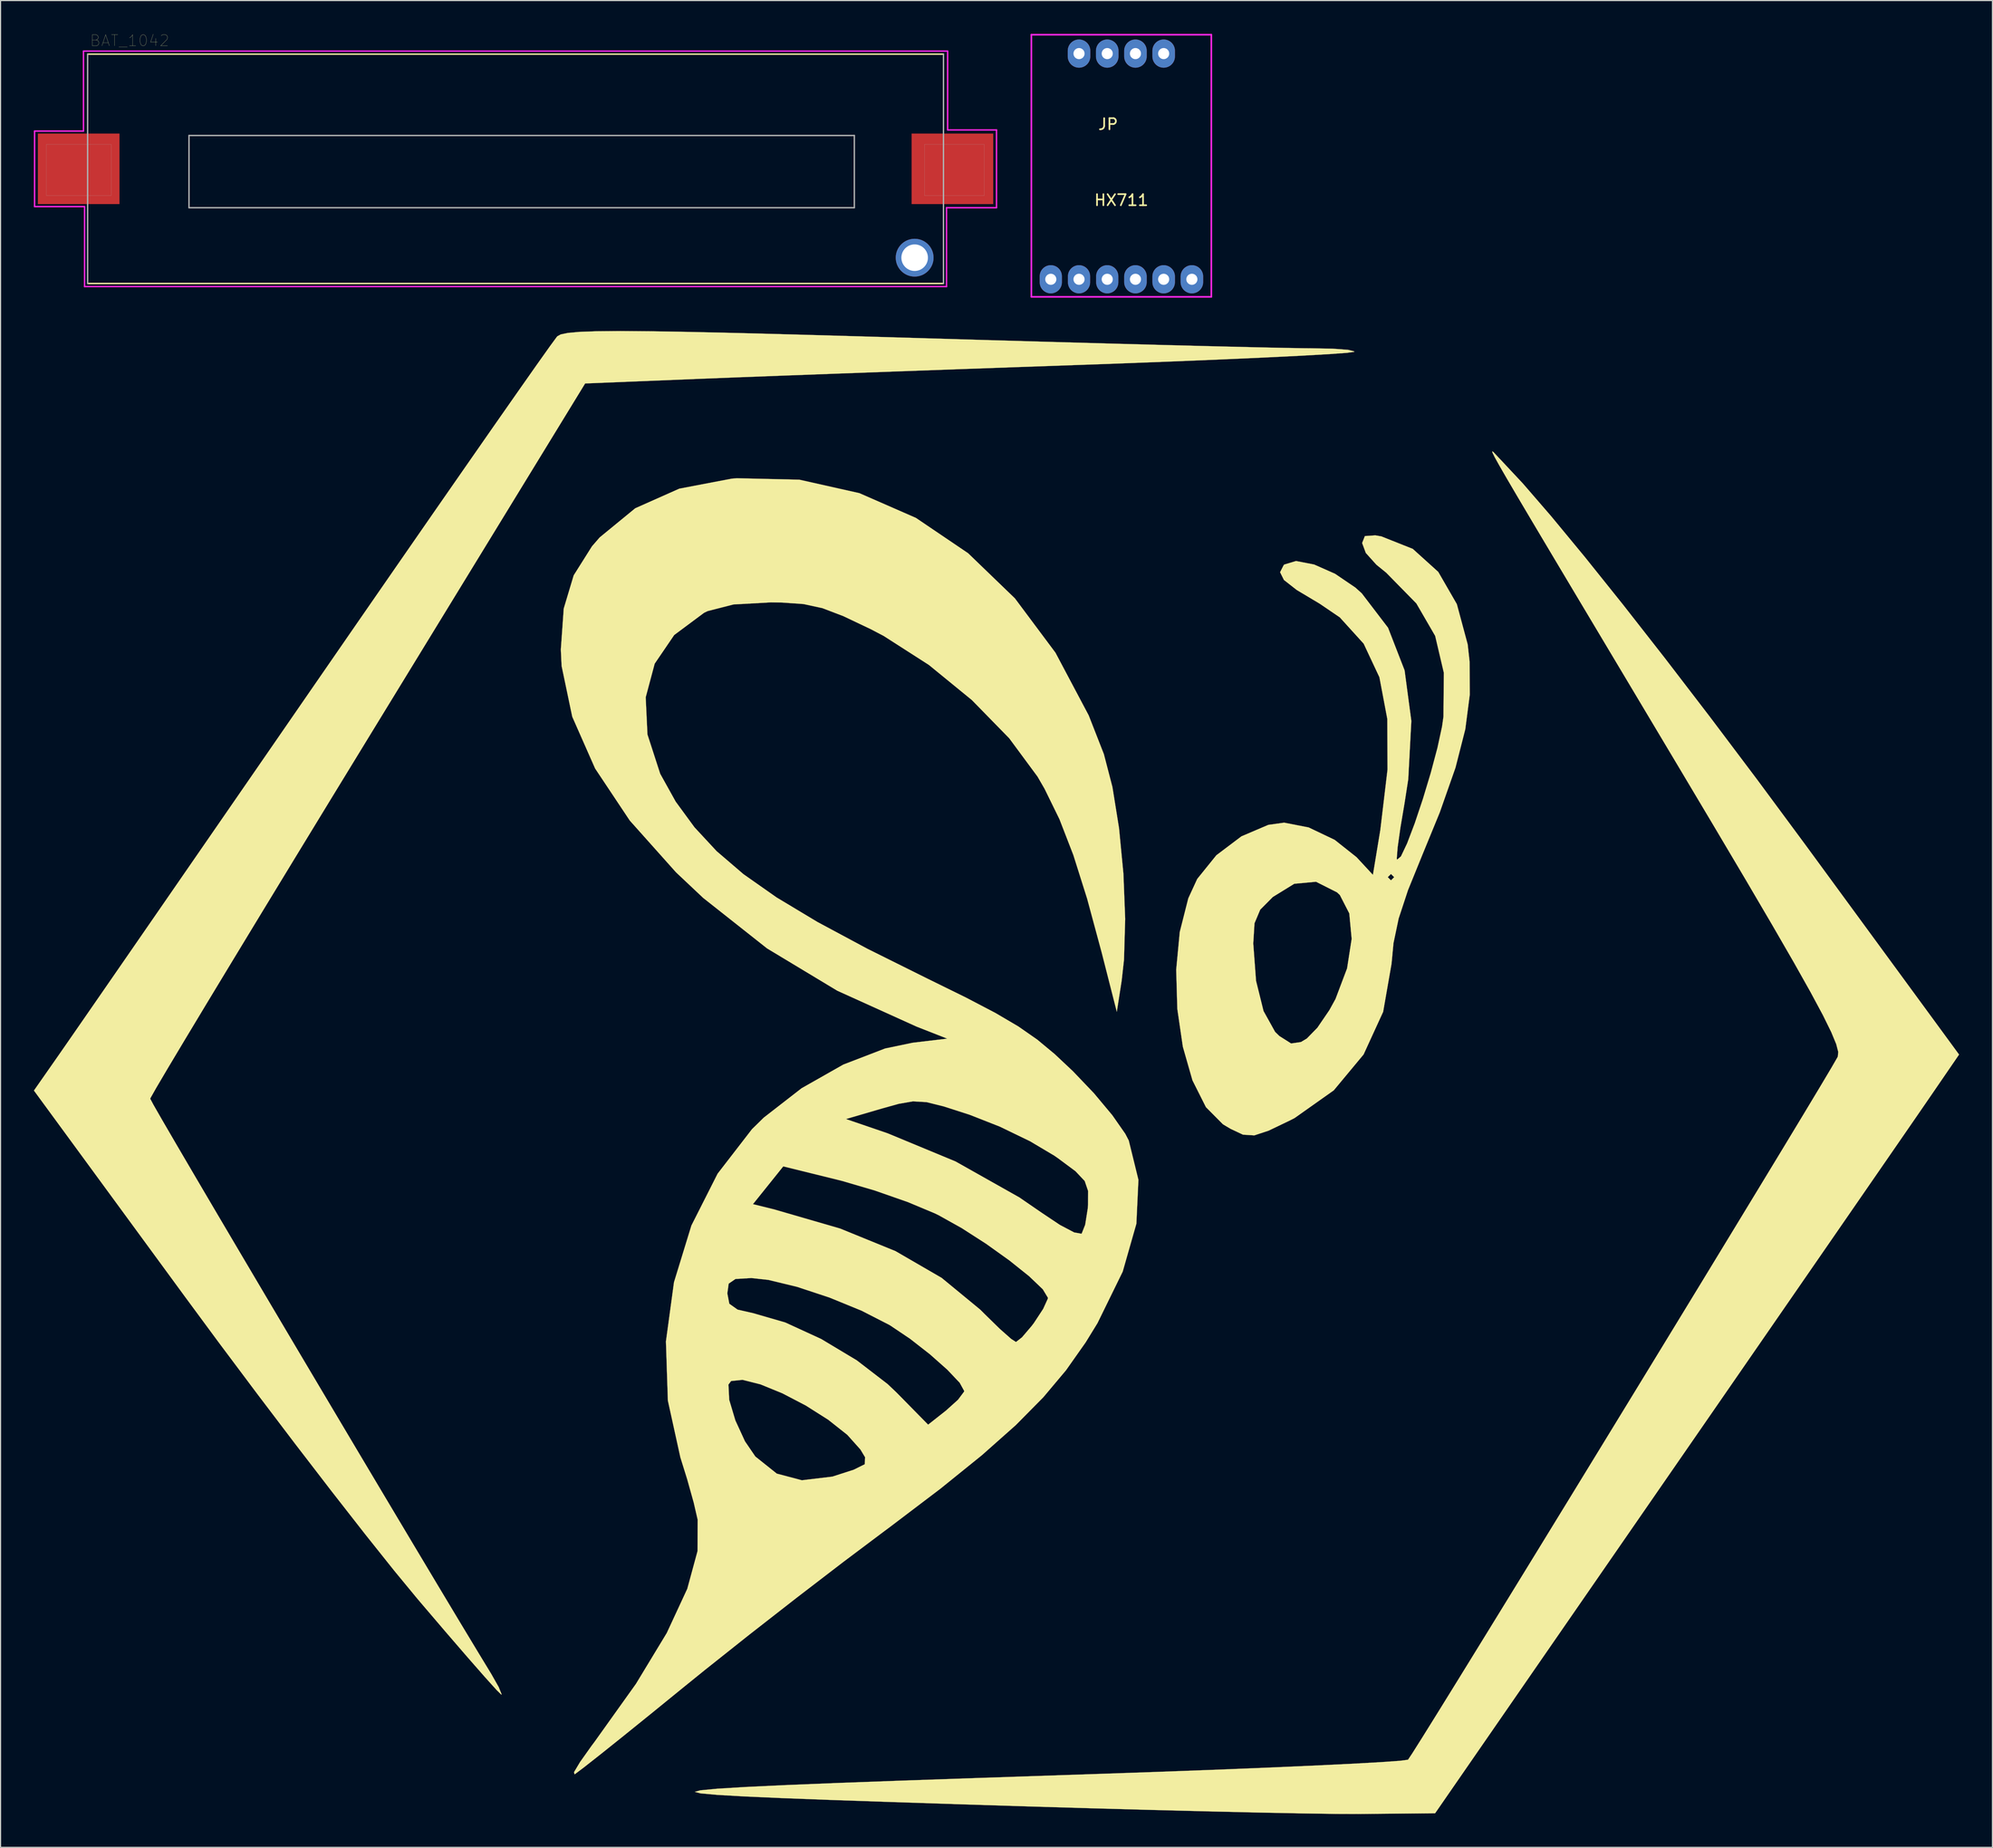
<source format=kicad_pcb>
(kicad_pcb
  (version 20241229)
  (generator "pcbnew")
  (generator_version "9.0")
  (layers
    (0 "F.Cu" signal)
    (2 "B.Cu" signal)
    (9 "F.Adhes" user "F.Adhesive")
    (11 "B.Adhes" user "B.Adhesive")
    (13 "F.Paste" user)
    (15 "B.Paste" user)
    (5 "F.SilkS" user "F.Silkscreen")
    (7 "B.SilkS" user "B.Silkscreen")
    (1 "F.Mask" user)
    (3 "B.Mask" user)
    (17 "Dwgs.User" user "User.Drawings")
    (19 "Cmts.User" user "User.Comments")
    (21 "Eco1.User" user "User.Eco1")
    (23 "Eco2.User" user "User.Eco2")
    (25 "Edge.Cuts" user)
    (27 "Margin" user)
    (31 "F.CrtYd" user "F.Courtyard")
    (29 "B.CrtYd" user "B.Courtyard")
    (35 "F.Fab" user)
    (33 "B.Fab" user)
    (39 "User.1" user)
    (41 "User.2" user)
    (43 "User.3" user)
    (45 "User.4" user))
  (footprint "Logo_300"
    (layer "F.Cu")
    (at 86.674 93.532)
    (property "Reference" "Logo_300" (at 0 0 0) (layer "F.SilkS") (effects (font (size 1.524 1.524) (thickness 0.3))))
    (attr through_hole)
    (fp_poly (pts (xy 44.738 -55.868) (xy 44.954 -55.64) (xy 45.226 -55.345) (xy 45.433 -55.13) (xy 47.381 -53.047) (xy 49.91 -50.121) (xy 52.94 -46.454) (xy 56.39 -42.148) (xy 60.179 -37.305) (xy 64.226 -32.027) (xy 68.45 -26.417) (xy 72.77 -20.577) (xy 72.978 -20.293) (xy 86.647 -1.635) (xy 84.009 2.213) (xy 83.216 3.367) (xy 81.831 5.376) (xy 79.918 8.147) (xy 77.543 11.588) (xy 74.77 15.604) (xy 71.664 20.101) (xy 68.289 24.986) (xy 64.71 30.166) (xy 60.991 35.547) (xy 60.423 36.368) (xy 39.476 66.675) (xy 32.582 66.739) (xy 30.615 66.733) (xy 27.639 66.69) (xy 23.801 66.615) (xy 19.246 66.51) (xy 14.12 66.379) (xy 8.568 66.226) (xy 2.737 66.054) (xy -3.228 65.867) (xy -3.464 65.859) (xy -9.637 65.657) (xy -14.912 65.476) (xy -19.27 65.311) (xy -22.692 65.16) (xy -25.162 65.018) (xy -26.661 64.882) (xy -27.171 64.746) (xy -26.675 64.607) (xy -25.154 64.462) (xy -22.591 64.306) (xy -18.968 64.135) (xy -14.267 63.945) (xy -8.47 63.732) (xy -1.56 63.492) (xy 6.483 63.222) (xy 8.659 63.149) (xy 14.236 62.957) (xy 19.459 62.763) (xy 24.214 62.572) (xy 28.389 62.39) (xy 31.871 62.223) (xy 34.547 62.074) (xy 36.304 61.95) (xy 37.029 61.855) (xy 37.039 61.849) (xy 37.412 61.292) (xy 38.322 59.85) (xy 39.707 57.625) (xy 41.505 54.719) (xy 43.653 51.234) (xy 46.09 47.271) (xy 48.753 42.932) (xy 51.58 38.319) (xy 54.508 33.534) (xy 57.476 28.679) (xy 60.421 23.856) (xy 63.281 19.166) (xy 65.993 14.71) (xy 68.496 10.592) (xy 70.728 6.913) (xy 72.625 3.775) (xy 74.126 1.279) (xy 75.169 -0.473) (xy 75.691 -1.379) (xy 75.731 -1.458) (xy 75.769 -1.873) (xy 75.586 -2.581) (xy 75.138 -3.662) (xy 74.384 -5.193) (xy 73.279 -7.251) (xy 71.782 -9.915) (xy 69.85 -13.262) (xy 67.44 -17.37) (xy 64.508 -22.317) (xy 61.459 -27.435) (xy 57.799 -33.566) (xy 54.688 -38.777) (xy 52.085 -43.137) (xy 49.949 -46.719) (xy 48.239 -49.593) (xy 46.914 -51.83) (xy 45.932 -53.502) (xy 45.253 -54.679) (xy 44.835 -55.433) (xy 44.638 -55.836) (xy 44.619 -55.957) (xy 44.738 -55.868)) (stroke (width 0.01) (type solid)) (fill yes) (layer "F.SilkS"))
    (fp_poly (pts (xy -31.074 -66.756) (xy -27.514 -66.695) (xy -23.11 -66.595) (xy -17.773 -66.454) (xy -11.418 -66.273) (xy -7.42 -66.155) (xy -1.356 -65.977) (xy 4.482 -65.81) (xy 9.968 -65.657) (xy 14.978 -65.522) (xy 19.387 -65.409) (xy 23.071 -65.32) (xy 25.905 -65.259) (xy 27.764 -65.228) (xy 28.238 -65.225) (xy 30.24 -65.189) (xy 31.648 -65.086) (xy 32.205 -64.938) (xy 32.194 -64.906) (xy 31.566 -64.817) (xy 29.905 -64.697) (xy 27.333 -64.551) (xy 23.972 -64.386) (xy 19.943 -64.207) (xy 15.368 -64.02) (xy 10.368 -63.831) (xy 7.708 -63.736) (xy 2.039 -63.536) (xy -3.693 -63.332) (xy -9.29 -63.13) (xy -14.553 -62.937) (xy -19.286 -62.761) (xy -23.291 -62.61) (xy -26.37 -62.489) (xy -26.749 -62.474) (xy -37.046 -62.057) (xy -56.623 -30.057) (xy -60 -24.532) (xy -63.192 -19.297) (xy -66.15 -14.434) (xy -68.823 -10.028) (xy -71.162 -6.161) (xy -73.115 -2.916) (xy -74.633 -0.377) (xy -75.665 1.374) (xy -76.162 2.253) (xy -76.2 2.341) (xy -75.915 2.876) (xy -75.104 4.291) (xy -73.832 6.476) (xy -72.166 9.319) (xy -70.171 12.71) (xy -67.912 16.537) (xy -65.457 20.689) (xy -62.87 25.056) (xy -60.217 29.526) (xy -57.565 33.989) (xy -54.978 38.333) (xy -52.523 42.448) (xy -50.266 46.222) (xy -48.272 49.545) (xy -46.606 52.306) (xy -45.503 54.119) (xy -44.827 55.313) (xy -44.566 55.958) (xy -44.59 55.995) (xy -45.017 55.576) (xy -46.072 54.407) (xy -47.636 52.622) (xy -49.593 50.354) (xy -51.827 47.737) (xy -52.167 47.336) (xy -54.233 44.831) (xy -56.841 41.561) (xy -59.857 37.699) (xy -63.15 33.417) (xy -66.585 28.888) (xy -70.032 24.284) (xy -73.089 20.141) (xy -86.669 1.605) (xy -84.395 -1.651) (xy -83.669 -2.697) (xy -82.35 -4.602) (xy -80.502 -7.274) (xy -78.188 -10.622) (xy -75.471 -14.555) (xy -72.415 -18.981) (xy -69.082 -23.808) (xy -65.536 -28.946) (xy -61.841 -34.302) (xy -61.211 -35.214) (xy -57.552 -40.513) (xy -54.073 -45.541) (xy -50.833 -50.217) (xy -47.887 -54.457) (xy -45.295 -58.18) (xy -43.112 -61.302) (xy -41.398 -63.742) (xy -40.209 -65.416) (xy -39.603 -66.242) (xy -39.549 -66.306) (xy -39.236 -66.476) (xy -38.599 -66.608) (xy -37.551 -66.703) (xy -36.005 -66.759) (xy -33.875 -66.777) (xy -31.074 -66.756)) (stroke (width 0.01) (type solid)) (fill yes) (layer "F.SilkS"))
    (fp_poly (pts (xy 34.634 -48.289) (xy 37.465 -47.164) (xy 39.759 -45.092) (xy 41.433 -42.189) (xy 42.408 -38.569) (xy 42.578 -37.037) (xy 42.598 -34.045) (xy 42.194 -30.928) (xy 41.31 -27.464) (xy 39.893 -23.432) (xy 38.34 -19.648) (xy 37.033 -16.433) (xy 36.194 -13.885) (xy 35.728 -11.667) (xy 35.554 -9.812) (xy 34.798 -5.485) (xy 33.037 -1.644) (xy 30.352 1.586) (xy 26.826 4.08) (xy 26.415 4.291) (xy 24.481 5.219) (xy 23.195 5.641) (xy 22.181 5.578) (xy 21.062 5.052) (xy 20.372 4.639) (xy 18.843 3.098) (xy 17.632 0.688) (xy 16.765 -2.343) (xy 16.268 -5.745) (xy 16.167 -9.272) (xy 16.39 -11.638) (xy 23.105 -11.638) (xy 23.355 -8.275) (xy 24.03 -5.552) (xy 25.071 -3.677) (xy 25.454 -3.304) (xy 26.51 -2.634) (xy 27.398 -2.762) (xy 27.927 -3.079) (xy 28.877 -4.051) (xy 29.961 -5.641) (xy 30.51 -6.64) (xy 31.551 -9.395) (xy 31.965 -12.054) (xy 31.75 -14.345) (xy 30.9 -16.001) (xy 30.643 -16.241) (xy 28.754 -17.194) (xy 26.797 -17.013) (xy 24.867 -15.824) (xy 23.73 -14.679) (xy 23.217 -13.457) (xy 23.105 -11.638) (xy 16.39 -11.638) (xy 16.488 -12.675) (xy 17.257 -15.706) (xy 18.06 -17.447) (xy 18.189 -17.607) (xy 35.214 -17.607) (xy 35.502 -17.318) (xy 35.791 -17.607) (xy 35.502 -17.895) (xy 35.214 -17.607) (xy 18.189 -17.607) (xy 19.782 -19.58) (xy 22.041 -21.284) (xy 24.463 -22.317) (xy 25.889 -22.514) (xy 28.089 -22.085) (xy 30.433 -20.967) (xy 32.396 -19.411) (xy 32.442 -19.363) (xy 33.877 -17.815) (xy 34.545 -21.863) (xy 35.192 -27.3) (xy 35.171 -31.857) (xy 34.462 -35.608) (xy 33.044 -38.63) (xy 30.897 -40.997) (xy 29.084 -42.23) (xy 27.013 -43.467) (xy 25.867 -44.365) (xy 25.519 -45.063) (xy 25.844 -45.701) (xy 25.894 -45.752) (xy 26.956 -46.071) (xy 28.584 -45.756) (xy 30.467 -44.922) (xy 32.292 -43.683) (xy 32.87 -43.165) (xy 35.239 -40.064) (xy 36.729 -36.227) (xy 37.336 -31.673) (xy 37.058 -26.419) (xy 36.724 -24.268) (xy 36.348 -22.042) (xy 36.103 -20.296) (xy 36.025 -19.303) (xy 36.048 -19.178) (xy 36.399 -19.476) (xy 36.957 -20.65) (xy 37.643 -22.457) (xy 38.379 -24.655) (xy 39.087 -27.001) (xy 39.687 -29.253) (xy 40.101 -31.167) (xy 40.228 -32.066) (xy 40.261 -36.011) (xy 39.482 -39.33) (xy 37.788 -42.254) (xy 35.077 -45.017) (xy 34.185 -45.743) (xy 33.237 -46.799) (xy 32.905 -47.692) (xy 33.154 -48.321) (xy 34.091 -48.383) (xy 34.634 -48.289)) (stroke (width 0.01) (type solid)) (fill yes) (layer "F.SilkS"))
    (fp_poly (pts (xy -17.761 -53.394) (xy -12.359 -52.182) (xy -7.266 -49.953) (xy -2.568 -46.773) (xy 1.648 -42.706) (xy 5.296 -37.818) (xy 8.289 -32.174) (xy 9.655 -28.685) (xy 10.425 -25.726) (xy 11.022 -22.009) (xy 11.415 -17.92) (xy 11.574 -13.847) (xy 11.467 -10.176) (xy 11.259 -8.298) (xy 10.82 -5.484) (xy 9.464 -10.802) (xy 8.15 -15.666) (xy 6.907 -19.602) (xy 5.657 -22.827) (xy 4.32 -25.558) (xy 3.681 -26.664) (xy 1.134 -30.113) (xy -2.229 -33.554) (xy -6.099 -36.716) (xy -10.168 -39.326) (xy -11.34 -39.94) (xy -13.807 -41.112) (xy -15.683 -41.827) (xy -17.383 -42.197) (xy -19.322 -42.332) (xy -20.346 -42.346) (xy -23.688 -42.161) (xy -26.016 -41.564) (xy -26.341 -41.408) (xy -29.027 -39.409) (xy -30.784 -36.829) (xy -31.593 -33.799) (xy -31.434 -30.451) (xy -30.288 -26.915) (xy -28.892 -24.405) (xy -27.2 -22.095) (xy -25.209 -19.949) (xy -22.79 -17.876) (xy -19.809 -15.782) (xy -16.135 -13.575) (xy -11.636 -11.161) (xy -6.25 -8.483) (xy -2.767 -6.771) (xy -0.109 -5.381) (xy 1.956 -4.166) (xy 3.658 -2.981) (xy 5.226 -1.679) (xy 6.868 -0.136) (xy 8.761 1.847) (xy 10.416 3.828) (xy 11.582 5.499) (xy 11.896 6.101) (xy 12.767 9.646) (xy 12.582 13.596) (xy 11.35 17.909) (xy 9.08 22.545) (xy 8.014 24.28) (xy 6.247 26.788) (xy 4.195 29.229) (xy 1.718 31.734) (xy -1.322 34.432) (xy -5.062 37.453) (xy -9.642 40.927) (xy -10.102 41.268) (xy -13.799 44.044) (xy -17.985 47.256) (xy -22.265 50.595) (xy -26.243 53.756) (xy -28.286 55.409) (xy -31.064 57.67) (xy -33.567 59.692) (xy -35.648 61.357) (xy -37.158 62.545) (xy -37.947 63.138) (xy -37.995 63.169) (xy -38.048 62.976) (xy -37.502 62.06) (xy -36.47 60.606) (xy -36.195 60.239) (xy -32.473 55.028) (xy -29.696 50.445) (xy -27.85 46.467) (xy -26.927 43.073) (xy -26.916 40.238) (xy -26.918 40.228) (xy -27.268 38.71) (xy -27.859 36.595) (xy -28.47 34.636) (xy -29.596 29.523) (xy -29.644 28.079) (xy -24.144 28.079) (xy -24.075 29.45) (xy -23.52 31.307) (xy -22.655 33.188) (xy -21.721 34.555) (xy -19.791 36.095) (xy -17.533 36.691) (xy -14.79 36.365) (xy -12.863 35.743) (xy -11.874 35.252) (xy -11.841 34.624) (xy -12.263 33.92) (xy -13.443 32.602) (xy -15.156 31.247) (xy -17.179 29.964) (xy -19.289 28.864) (xy -21.263 28.057) (xy -22.876 27.651) (xy -23.906 27.757) (xy -24.144 28.079) (xy -29.644 28.079) (xy -29.771 24.193) (xy -29.183 19.865) (xy -24.245 19.865) (xy -24.066 20.8) (xy -23.321 21.329) (xy -21.9 21.654) (xy -19.03 22.486) (xy -15.795 23.972) (xy -12.59 25.895) (xy -9.808 28.036) (xy -9.001 28.804) (xy -6.167 31.687) (xy -4.559 30.419) (xy -3.477 29.445) (xy -2.932 28.717) (xy -2.918 28.653) (xy -3.325 27.914) (xy -4.437 26.739) (xy -6.01 25.345) (xy -7.797 23.95) (xy -9.552 22.771) (xy -9.673 22.698) (xy -12.155 21.427) (xy -15.045 20.244) (xy -17.97 19.277) (xy -20.554 18.652) (xy -22.081 18.485) (xy -23.51 18.57) (xy -24.122 18.988) (xy -24.245 19.865) (xy -29.183 19.865) (xy -29.047 18.865) (xy -27.479 13.758) (xy -26.506 11.834) (xy -21.938 11.834) (xy -20.061 12.297) (xy -14.093 14.028) (xy -9.106 16.061) (xy -4.949 18.471) (xy -1.473 21.332) (xy -1.073 21.731) (xy 0.281 23.057) (xy 1.312 23.968) (xy 1.743 24.245) (xy 2.281 23.827) (xy 3.161 22.794) (xy 3.355 22.537) (xy 4.19 21.265) (xy 4.607 20.349) (xy 4.618 20.26) (xy 4.157 19.498) (xy 2.925 18.321) (xy 1.147 16.899) (xy -0.951 15.398) (xy -3.145 13.988) (xy -5.208 12.836) (xy -5.557 12.665) (xy -7.995 11.645) (xy -10.973 10.604) (xy -13.896 9.746) (xy -14.255 9.655) (xy -19.209 8.432) (xy -20.573 10.133) (xy -21.938 11.834) (xy -26.506 11.834) (xy -25.119 9.09) (xy -22.022 5.08) (xy -21.093 4.17) (xy -13.566 4.17) (xy -9.814 5.454) (xy -3.695 7.991) (xy 2.052 11.23) (xy 4.041 12.597) (xy 5.689 13.699) (xy 6.983 14.38) (xy 7.648 14.499) (xy 7.653 14.494) (xy 7.972 13.69) (xy 8.202 12.235) (xy 8.231 11.877) (xy 8.237 10.65) (xy 7.929 9.746) (xy 7.099 8.867) (xy 5.542 7.71) (xy 5.195 7.468) (xy 3.01 6.169) (xy 0.284 4.851) (xy -2.407 3.793) (xy -2.509 3.759) (xy -4.767 3.032) (xy -6.315 2.647) (xy -7.536 2.579) (xy -8.815 2.8) (xy -10.302 3.215) (xy -13.566 4.17) (xy -21.093 4.17) (xy -20.959 4.039) (xy -17.56 1.399) (xy -13.801 -0.734) (xy -10.036 -2.183) (xy -7.558 -2.699) (xy -4.446 -3.068) (xy -7.206 -4.152) (xy -14.348 -7.385) (xy -20.668 -11.194) (xy -26.422 -15.743) (xy -28.864 -18.044) (xy -33.024 -22.703) (xy -36.148 -27.393) (xy -38.205 -32.053) (xy -39.163 -36.621) (xy -39.232 -38.1) (xy -38.972 -41.792) (xy -38.075 -44.782) (xy -36.428 -47.397) (xy -35.734 -48.197) (xy -32.534 -50.821) (xy -28.568 -52.585) (xy -23.844 -53.487) (xy -23.384 -53.525) (xy -17.761 -53.394)) (stroke (width 0.01) (type solid)) (fill yes) (layer "F.SilkS")))
  (footprint "BAT_1042"
    (layer "F.Cu")
    (at 43.364 12.15)
    (property "Reference" "BAT_1042" (at -34.736 -11.539 0) (layer "F.SilkS") (effects (font (size 1 1) (thickness 0.015))))
    (attr through_hole)
    (fp_line (start -38.525 -10.325) (end 38.525 -10.325) (stroke (width 0.127) (type solid)) (layer "F.SilkS"))
    (fp_line (start 38.525 10.325) (end -38.525 10.325) (stroke (width 0.127) (type solid)) (layer "F.SilkS"))
    (fp_line (start -43.3 -3.4) (end -38.9 -3.4) (stroke (width 0.127) (type solid)) (layer "F.CrtYd"))
    (fp_line (start -43.3 3.4) (end -43.3 -3.4) (stroke (width 0.127) (type solid)) (layer "F.CrtYd"))
    (fp_line (start -38.9 -10.6) (end 38.9 -10.6) (stroke (width 0.127) (type solid)) (layer "F.CrtYd"))
    (fp_line (start -38.9 -3.4) (end -38.9 -10.6) (stroke (width 0.127) (type solid)) (layer "F.CrtYd"))
    (fp_line (start -38.8 3.4) (end -43.3 3.4) (stroke (width 0.127) (type solid)) (layer "F.CrtYd"))
    (fp_line (start -38.8 10.6) (end -38.8 3.4) (stroke (width 0.127) (type solid)) (layer "F.CrtYd"))
    (fp_line (start 38.8 3.5) (end 38.8 10.6) (stroke (width 0.127) (type solid)) (layer "F.CrtYd"))
    (fp_line (start 38.8 10.6) (end -38.8 10.6) (stroke (width 0.127) (type solid)) (layer "F.CrtYd"))
    (fp_line (start 38.9 -10.6) (end 38.9 -3.5) (stroke (width 0.127) (type solid)) (layer "F.CrtYd"))
    (fp_line (start 38.9 -3.5) (end 43.3 -3.5) (stroke (width 0.127) (type solid)) (layer "F.CrtYd"))
    (fp_line (start 43.3 -3.5) (end 43.3 3.5) (stroke (width 0.127) (type solid)) (layer "F.CrtYd"))
    (fp_line (start 43.3 3.5) (end 38.8 3.5) (stroke (width 0.127) (type solid)) (layer "F.CrtYd"))
    (fp_line (start -38.525 10.325) (end -38.525 -10.325) (stroke (width 0.127) (type solid)) (layer "F.Fab"))
    (fp_line (start -29.4 -3) (end -29.4 3.5) (stroke (width 0.127) (type solid)) (layer "F.Fab"))
    (fp_line (start -29.4 3.5) (end 30.5 3.5) (stroke (width 0.127) (type solid)) (layer "F.Fab"))
    (fp_line (start 30.5 -3) (end -29.4 -3) (stroke (width 0.127) (type solid)) (layer "F.Fab"))
    (fp_line (start 30.5 3.5) (end 30.5 -3) (stroke (width 0.127) (type solid)) (layer "F.Fab"))
    (fp_line (start 38.525 -10.325) (end 38.525 10.325) (stroke (width 0.127) (type solid)) (layer "F.Fab"))
    (fp_poly (pts (xy -42.246 -2.2) (xy -36.4 -2.2) (xy -36.4 2.403) (xy -42.246 2.403)) (stroke (width 0.01) (type solid)) (fill no) (layer "F.Fab"))
    (fp_poly (pts (xy 36.807 -2.2) (xy 42.2 -2.2) (xy 42.2 2.4) (xy 36.807 2.4)) (stroke (width 0.01) (type solid)) (fill no) (layer "F.Fab"))
    (pad "+" smd rect (at 39.33 0) (size 7.35 6.35) (layers "F.Cu" "F.Mask" "F.Paste"))
    (pad "-" smd rect (at -39.33 0) (size 7.35 6.35) (layers "F.Cu" "F.Mask" "F.Paste"))
    (pad "P$3" thru_hole circle (at 35.93 8) (size 3.406 3.406) (drill 2.39) (layers "*.Cu" "*.Mask")))
  (footprint "HX711"
    (layer "F.Cu")
    (at 97.902 14.475)
    (property "Reference" "HX711" (at 0 0.5 0) (layer "F.SilkS") (effects (font (size 1 1) (thickness 0.15))))
    (attr through_hole)
    (fp_line (start -8.1 -14.4) (end 8.1 -14.4) (stroke (width 0.15) (type solid)) (layer "F.CrtYd"))
    (fp_line (start -8.1 9.2) (end -8.1 -14.4) (stroke (width 0.15) (type solid)) (layer "F.CrtYd"))
    (fp_line (start 8.1 -14.4) (end 8.1 9.2) (stroke (width 0.15) (type solid)) (layer "F.CrtYd"))
    (fp_line (start 8.1 9.2) (end -8.1 9.2) (stroke (width 0.15) (type solid)) (layer "F.CrtYd"))
    (fp_text user "JP" (at -1.189 -6.34 0) (layer "F.SilkS") (effects (font (size 1 1) (thickness 0.15))))
    (pad "1" thru_hole oval (at -6.35 7.62) (size 2 2.54) (drill 1) (layers "*.Cu" "*.Mask"))
    (pad "2" thru_hole oval (at -3.81 7.62) (size 2 2.54) (drill 1) (layers "*.Cu" "*.Mask"))
    (pad "3" thru_hole oval (at -1.27 7.62) (size 2 2.54) (drill 1) (layers "*.Cu" "*.Mask"))
    (pad "4" thru_hole oval (at 1.27 7.62) (size 2.032 2.54) (drill 1) (layers "*.Cu" "*.Mask"))
    (pad "5" thru_hole oval (at 3.81 7.62) (size 2.032 2.54) (drill 1) (layers "*.Cu" "*.Mask"))
    (pad "6" thru_hole oval (at 6.35 7.62) (size 2.032 2.54) (drill 1) (layers "*.Cu" "*.Mask"))
    (pad "7" thru_hole oval (at -3.81 -12.7) (size 2.032 2.54) (drill 1) (layers "*.Cu" "*.Mask"))
    (pad "8" thru_hole oval (at -1.27 -12.7) (size 2.032 2.54) (drill 1) (layers "*.Cu" "*.Mask"))
    (pad "9" thru_hole oval (at 1.27 -12.7) (size 2.032 2.54) (drill 1) (layers "*.Cu" "*.Mask"))
    (pad "10" thru_hole oval (at 3.81 -12.7) (size 2.032 2.54) (drill 1) (layers "*.Cu" "*.Mask")))
  (gr_rect
    (start -3 -3)
    (end 176.326 163.276)
    (stroke (width 0.1) (type default))
    (fill no)
    (layer "Edge.Cuts")))
</source>
